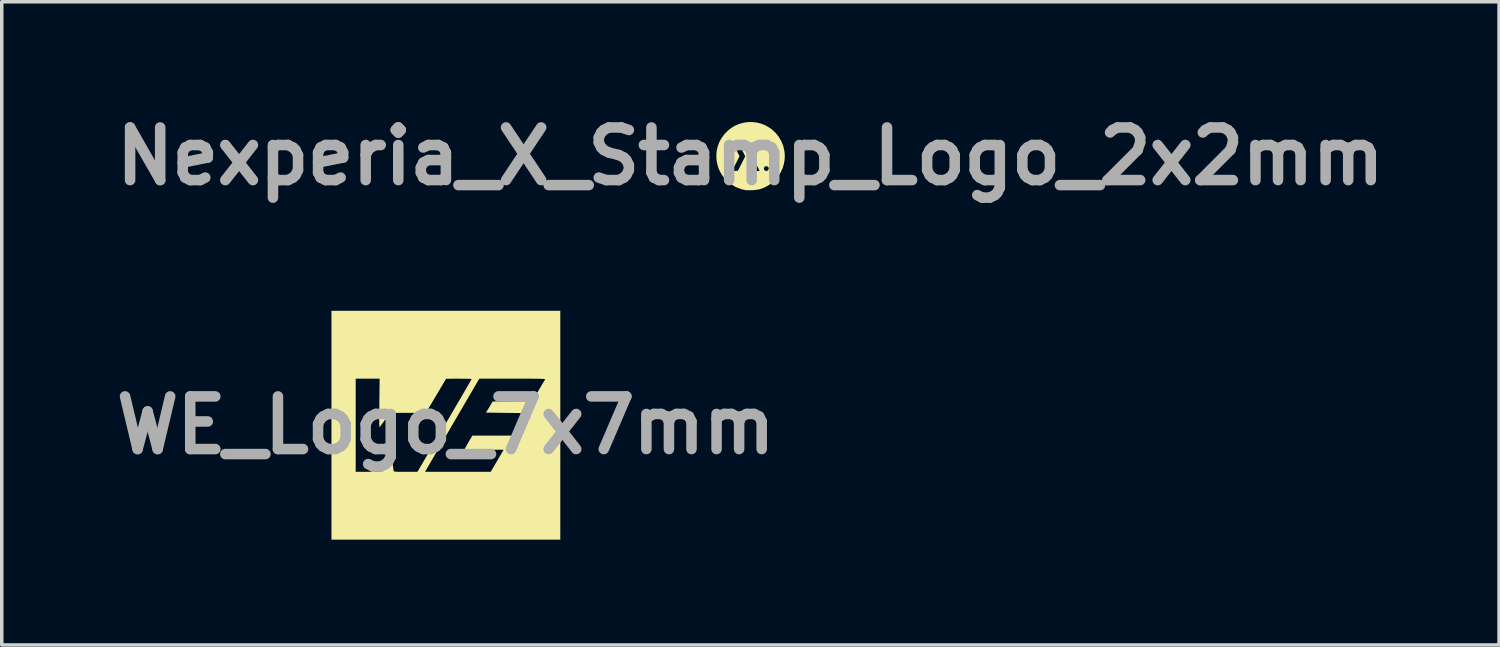
<source format=kicad_pcb>
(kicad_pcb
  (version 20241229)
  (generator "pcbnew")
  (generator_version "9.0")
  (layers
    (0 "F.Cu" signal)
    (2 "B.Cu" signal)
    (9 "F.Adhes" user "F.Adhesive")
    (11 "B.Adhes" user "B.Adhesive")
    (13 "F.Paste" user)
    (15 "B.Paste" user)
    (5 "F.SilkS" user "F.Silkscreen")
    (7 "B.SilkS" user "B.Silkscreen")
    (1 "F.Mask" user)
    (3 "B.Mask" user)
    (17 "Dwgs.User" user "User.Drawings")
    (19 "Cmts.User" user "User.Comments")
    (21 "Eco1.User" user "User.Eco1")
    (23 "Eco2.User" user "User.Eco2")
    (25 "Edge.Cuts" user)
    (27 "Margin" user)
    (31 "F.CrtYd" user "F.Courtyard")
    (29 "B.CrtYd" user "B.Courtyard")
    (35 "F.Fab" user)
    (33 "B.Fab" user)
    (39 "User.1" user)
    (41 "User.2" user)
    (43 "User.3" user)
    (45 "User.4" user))
  (footprint "Nexperia_X_Stamp_Logo_2x2mm"
    (layer "F.Cu")
    (at 18.336 1.404)
    (property "Reference" "Nexperia_X_Stamp_Logo_2x2mm" (at 0 0 0) (layer "F.Fab") (effects (font (size 1.5 1.5) (thickness 0.3))))
    (attr board_only exclude_from_pos_files exclude_from_bom allow_missing_courtyard)
    (fp_poly (pts (xy 0.073 -0.975) (xy 0.198 -0.958) (xy 0.318 -0.926) (xy 0.433 -0.878) (xy 0.541 -0.816) (xy 0.641 -0.741) (xy 0.731 -0.652) (xy 0.81 -0.551) (xy 0.876 -0.438) (xy 0.928 -0.314) (xy 0.936 -0.289) (xy 0.967 -0.161) (xy 0.98 -0.032) (xy 0.975 0.096) (xy 0.953 0.221) (xy 0.916 0.342) (xy 0.863 0.458) (xy 0.795 0.566) (xy 0.714 0.665) (xy 0.62 0.753) (xy 0.513 0.829) (xy 0.417 0.881) (xy 0.338 0.915) (xy 0.263 0.939) (xy 0.186 0.955) (xy 0.102 0.964) (xy 0.033 0.967) (xy -0.019 0.968) (xy -0.067 0.968) (xy -0.106 0.967) (xy -0.132 0.966) (xy -0.138 0.965) (xy -0.239 0.943) (xy -0.344 0.907) (xy -0.424 0.872) (xy -0.539 0.805) (xy -0.642 0.727) (xy -0.731 0.637) (xy -0.807 0.538) (xy -0.869 0.431) (xy -0.879 0.409) (xy -0.514 0.409) (xy -0.507 0.415) (xy -0.484 0.417) (xy -0.445 0.417) (xy -0.436 0.417) (xy -0.357 0.414) (xy -0.252 0.207) (xy -0.148 0) (xy -0.148 -0.002) (xy -0.102 -0.002) (xy -0.1 0.012) (xy -0.094 0.03) (xy -0.084 0.055) (xy -0.068 0.089) (xy -0.045 0.134) (xy -0.014 0.194) (xy -0.01 0.203) (xy 0.019 0.259) (xy 0.045 0.31) (xy 0.068 0.352) (xy 0.085 0.384) (xy 0.095 0.403) (xy 0.098 0.407) (xy 0.11 0.412) (xy 0.135 0.416) (xy 0.167 0.419) (xy 0.2 0.419) (xy 0.23 0.419) (xy 0.251 0.416) (xy 0.258 0.412) (xy 0.254 0.402) (xy 0.242 0.377) (xy 0.23 0.352) (xy 0.381 0.352) (xy 0.389 0.38) (xy 0.411 0.404) (xy 0.44 0.418) (xy 0.452 0.419) (xy 0.483 0.413) (xy 0.504 0.394) (xy 0.521 0.36) (xy 0.521 0.328) (xy 0.503 0.302) (xy 0.478 0.286) (xy 0.444 0.281) (xy 0.413 0.292) (xy 0.391 0.315) (xy 0.381 0.348) (xy 0.381 0.352) (xy 0.23 0.352) (xy 0.224 0.34) (xy 0.201 0.294) (xy 0.174 0.24) (xy 0.155 0.202) (xy 0.052 0.000113) (xy 0.155 -0.202) (xy 0.184 -0.259) (xy 0.209 -0.311) (xy 0.231 -0.354) (xy 0.247 -0.387) (xy 0.256 -0.407) (xy 0.257 -0.412) (xy 0.248 -0.415) (xy 0.225 -0.417) (xy 0.191 -0.417) (xy 0.179 -0.417) (xy 0.1 -0.414) (xy 0.007 -0.238) (xy -0.021 -0.183) (xy -0.048 -0.131) (xy -0.07 -0.086) (xy -0.086 -0.05) (xy -0.096 -0.028) (xy -0.097 -0.025) (xy -0.1 -0.013) (xy -0.102 -0.002) (xy -0.148 -0.002) (xy -0.252 -0.207) (xy -0.357 -0.414) (xy -0.436 -0.417) (xy -0.478 -0.418) (xy -0.504 -0.415) (xy -0.514 -0.41) (xy -0.514 -0.408) (xy -0.51 -0.397) (xy -0.498 -0.371) (xy -0.48 -0.334) (xy -0.457 -0.287) (xy -0.43 -0.233) (xy -0.412 -0.199) (xy -0.31 -0.002) (xy -0.412 0.198) (xy -0.441 0.255) (xy -0.467 0.306) (xy -0.488 0.35) (xy -0.504 0.383) (xy -0.513 0.404) (xy -0.514 0.409) (xy -0.879 0.409) (xy -0.917 0.319) (xy -0.95 0.201) (xy -0.968 0.081) (xy -0.971 -0.041) (xy -0.959 -0.163) (xy -0.931 -0.283) (xy -0.888 -0.4) (xy -0.828 -0.512) (xy -0.751 -0.618) (xy -0.711 -0.663) (xy -0.628 -0.744) (xy -0.545 -0.809) (xy -0.458 -0.862) (xy -0.434 -0.875) (xy -0.309 -0.926) (xy -0.181 -0.96) (xy -0.054 -0.976)) (stroke (width 0) (type solid)) (fill yes) (layer "F.SilkS")))
  (footprint "WE_Logo_7x7mm"
    (layer "F.Cu")
    (at 9.657 9.069)
    (property "Reference" "WE_Logo_7x7mm" (at 0 0 0) (layer "F.Fab") (effects (font (size 1.5 1.5) (thickness 0.3))))
    (attr exclude_from_pos_files exclude_from_bom allow_missing_courtyard)
    (fp_poly (pts (xy 3.261 0) (xy 3.261 3.261) (xy 0 3.261) (xy -3.261 3.261) (xy -3.261 0) (xy -2.57 0) (xy -2.57 1.327) (xy -2.218 1.327) (xy -1.867 1.327) (xy -1.715 1.099) (xy -1.658 1.013) (xy -1.613 0.95) (xy -1.582 0.91) (xy -1.562 0.89) (xy -1.554 0.89) (xy -1.548 0.911) (xy -1.54 0.955) (xy -1.53 1.014) (xy -1.52 1.083) (xy -1.519 1.094) (xy -1.509 1.165) (xy -1.5 1.227) (xy -1.493 1.274) (xy -1.488 1.301) (xy -1.488 1.302) (xy -1.483 1.31) (xy -1.474 1.316) (xy -1.455 1.321) (xy -1.424 1.324) (xy -1.377 1.326) (xy -1.31 1.327) (xy -1.222 1.327) (xy -1.145 1.327) (xy -0.81 1.327) (xy -0.594 1.327) (xy 0.342 1.327) (xy 1.278 1.327) (xy 1.462 1.013) (xy 1.646 0.699) (xy 1.091 0.695) (xy 0.962 0.694) (xy 0.846 0.692) (xy 0.744 0.69) (xy 0.659 0.688) (xy 0.595 0.685) (xy 0.553 0.682) (xy 0.537 0.679) (xy 0.537 0.679) (xy 0.543 0.663) (xy 0.562 0.627) (xy 0.591 0.576) (xy 0.626 0.515) (xy 0.645 0.481) (xy 0.754 0.296) (xy 1.32 0.296) (xy 1.885 0.296) (xy 2.072 -0.025) (xy 2.258 -0.346) (xy 1.701 -0.353) (xy 1.143 -0.36) (xy 1.239 -0.518) (xy 1.334 -0.677) (xy 1.897 -0.681) (xy 2.46 -0.685) (xy 2.636 -0.981) (xy 2.685 -1.065) (xy 2.73 -1.142) (xy 2.769 -1.207) (xy 2.799 -1.259) (xy 2.819 -1.292) (xy 2.825 -1.302) (xy 2.827 -1.307) (xy 2.824 -1.312) (xy 2.816 -1.315) (xy 2.8 -1.318) (xy 2.773 -1.321) (xy 2.735 -1.322) (xy 2.684 -1.324) (xy 2.616 -1.325) (xy 2.531 -1.326) (xy 2.426 -1.327) (xy 2.3 -1.327) (xy 2.15 -1.327) (xy 1.975 -1.327) (xy 1.895 -1.327) (xy 0.952 -1.327) (xy 0.197 -0.033) (xy 0.094 0.143) (xy -0.005 0.313) (xy -0.099 0.475) (xy -0.187 0.626) (xy -0.269 0.767) (xy -0.344 0.895) (xy -0.409 1.007) (xy -0.465 1.104) (xy -0.511 1.183) (xy -0.545 1.242) (xy -0.567 1.279) (xy -0.576 1.294) (xy -0.594 1.327) (xy -0.81 1.327) (xy -0.038 0.009) (xy 0.066 -0.168) (xy 0.165 -0.338) (xy 0.26 -0.5) (xy 0.349 -0.652) (xy 0.431 -0.792) (xy 0.505 -0.919) (xy 0.57 -1.032) (xy 0.626 -1.128) (xy 0.671 -1.206) (xy 0.705 -1.265) (xy 0.726 -1.303) (xy 0.734 -1.318) (xy 0.734 -1.318) (xy 0.721 -1.32) (xy 0.683 -1.323) (xy 0.624 -1.324) (xy 0.548 -1.326) (xy 0.459 -1.326) (xy 0.371 -1.327) (xy 0.007 -1.326) (xy -0.408 -0.627) (xy -0.499 -0.475) (xy -0.58 -0.34) (xy -0.651 -0.224) (xy -0.711 -0.126) (xy -0.76 -0.048) (xy -0.797 0.009) (xy -0.822 0.043) (xy -0.833 0.054) (xy -0.833 0.054) (xy -0.839 0.034) (xy -0.848 -0.009) (xy -0.86 -0.068) (xy -0.872 -0.137) (xy -0.876 -0.159) (xy -0.908 -0.353) (xy -1.251 -0.353) (xy -1.594 -0.353) (xy -1.74 -0.149) (xy -1.787 -0.083) (xy -1.829 -0.026) (xy -1.863 0.019) (xy -1.885 0.047) (xy -1.894 0.056) (xy -1.896 0.043) (xy -1.897 0.003) (xy -1.898 -0.059) (xy -1.898 -0.141) (xy -1.898 -0.24) (xy -1.898 -0.355) (xy -1.897 -0.481) (xy -1.896 -0.617) (xy -1.896 -0.635) (xy -1.888 -1.327) (xy -2.229 -1.327) (xy -2.57 -1.327) (xy -2.57 0) (xy -3.261 0) (xy -3.261 -3.261) (xy 0 -3.261) (xy 3.261 -3.261)) (stroke (width 0) (type solid)) (fill yes) (layer "F.SilkS")))
  (gr_rect
    (start -3 -3)
    (end 39.671 15.331)
    (stroke (width 0.1) (type default))
    (fill no)
    (layer "Edge.Cuts")))
</source>
